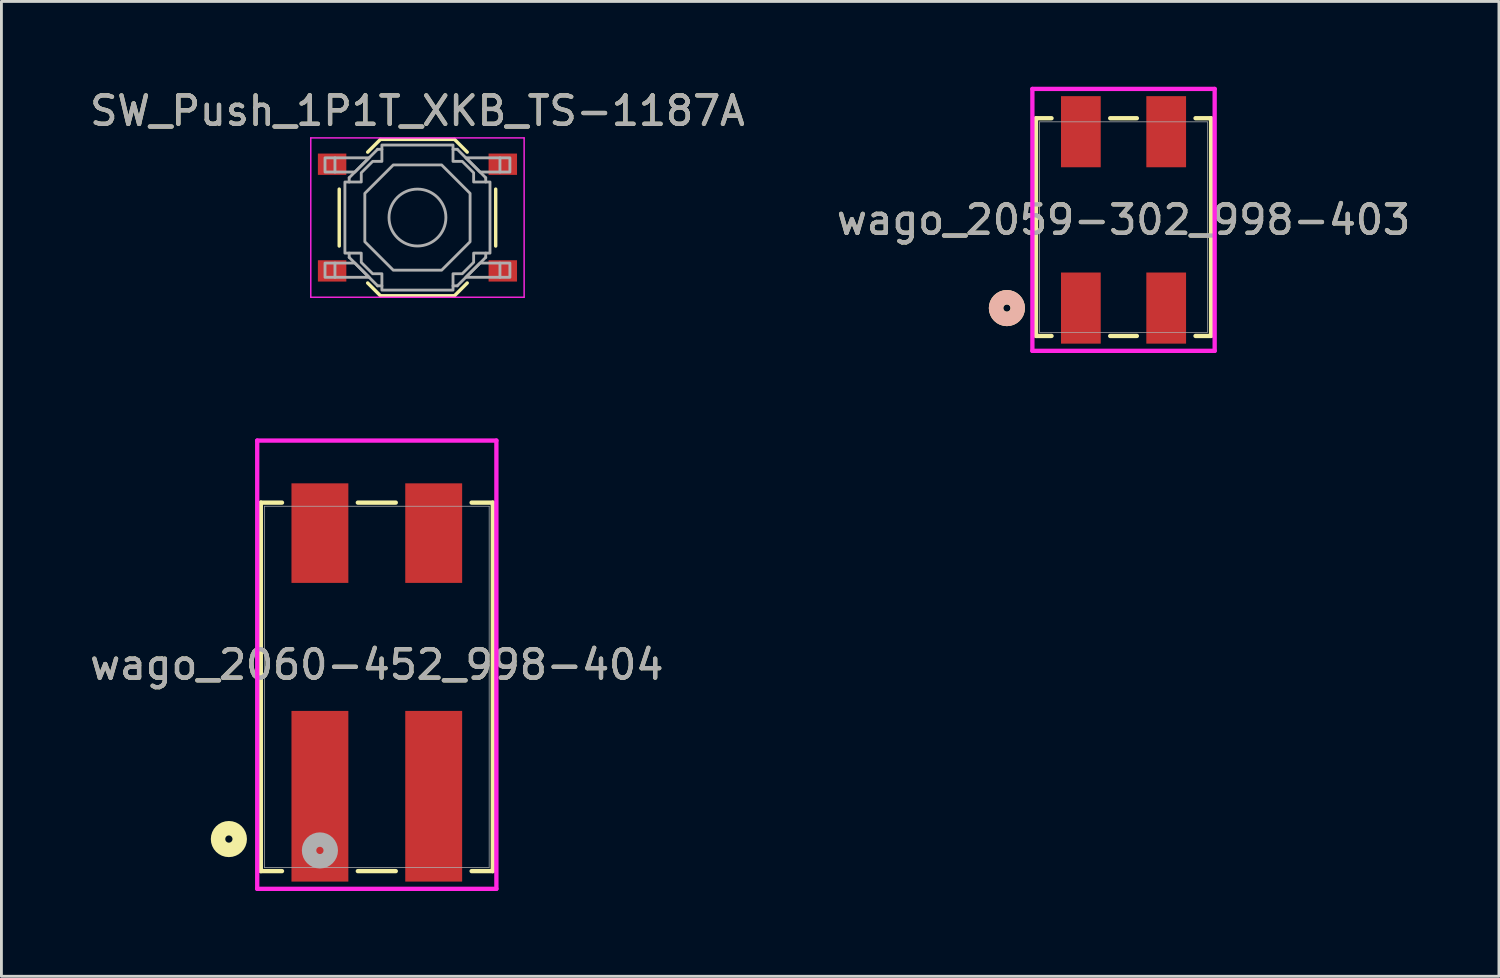
<source format=kicad_pcb>
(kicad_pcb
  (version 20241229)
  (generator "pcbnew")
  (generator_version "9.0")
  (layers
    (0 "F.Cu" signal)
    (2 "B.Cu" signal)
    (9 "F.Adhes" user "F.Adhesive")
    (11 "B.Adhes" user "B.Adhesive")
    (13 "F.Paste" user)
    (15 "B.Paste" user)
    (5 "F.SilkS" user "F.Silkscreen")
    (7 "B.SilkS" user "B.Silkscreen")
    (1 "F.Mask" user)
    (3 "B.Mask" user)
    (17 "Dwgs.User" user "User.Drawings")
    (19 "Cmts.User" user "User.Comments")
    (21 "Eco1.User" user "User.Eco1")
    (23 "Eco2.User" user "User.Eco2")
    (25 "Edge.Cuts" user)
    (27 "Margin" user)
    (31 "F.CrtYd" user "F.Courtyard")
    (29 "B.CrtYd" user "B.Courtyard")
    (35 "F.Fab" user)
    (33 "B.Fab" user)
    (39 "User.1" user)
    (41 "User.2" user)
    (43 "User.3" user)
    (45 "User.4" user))
  (footprint "SW_Push_1P1T_XKB_TS-1187A"
    (layer "F.Cu")
    (at 11.625 4.598)
    (property "Reference" "SW_Push_1P1T_XKB_TS-1187A" (at 0 -3.75 0) (layer "F.SilkS") (effects (font (size 1 1) (thickness 0.15))))
    (attr smd)
    (fp_line (start -2.75 -1) (end -2.75 1) (stroke (width 0.12) (type solid)) (layer "F.SilkS"))
    (fp_line (start -1.75 -2.3) (end -1.3 -2.75) (stroke (width 0.12) (type solid)) (layer "F.SilkS"))
    (fp_line (start -1.75 2.3) (end -1.3 2.75) (stroke (width 0.12) (type solid)) (layer "F.SilkS"))
    (fp_line (start -1.3 -2.75) (end 1.3 -2.75) (stroke (width 0.12) (type solid)) (layer "F.SilkS"))
    (fp_line (start -1.3 2.75) (end 1.3 2.75) (stroke (width 0.12) (type solid)) (layer "F.SilkS"))
    (fp_line (start 1.75 -2.3) (end 1.3 -2.75) (stroke (width 0.12) (type solid)) (layer "F.SilkS"))
    (fp_line (start 1.75 2.3) (end 1.3 2.75) (stroke (width 0.12) (type solid)) (layer "F.SilkS"))
    (fp_line (start 2.75 -1) (end 2.75 1) (stroke (width 0.12) (type solid)) (layer "F.SilkS"))
    (fp_line (start -3.75 -2.8) (end 3.75 -2.8) (stroke (width 0.05) (type solid)) (layer "F.CrtYd"))
    (fp_line (start -3.75 2.8) (end -3.75 -2.8) (stroke (width 0.05) (type solid)) (layer "F.CrtYd"))
    (fp_line (start 3.75 -2.8) (end 3.75 2.8) (stroke (width 0.05) (type solid)) (layer "F.CrtYd"))
    (fp_line (start 3.75 2.8) (end -3.75 2.8) (stroke (width 0.05) (type solid)) (layer "F.CrtYd"))
    (fp_line (start -2.9 -2.1) (end -2.9 -1.6) (stroke (width 0.1) (type solid)) (layer "F.Fab"))
    (fp_line (start -2.9 2.1) (end -2.9 1.6) (stroke (width 0.1) (type solid)) (layer "F.Fab"))
    (fp_line (start -2.4 -1.4) (end -1.4 -2.4) (stroke (width 0.1) (type solid)) (layer "F.Fab"))
    (fp_line (start -2.4 -1.25) (end -2.4 -1.4) (stroke (width 0.1) (type solid)) (layer "F.Fab"))
    (fp_line (start -2.4 1.4) (end -2.4 1.25) (stroke (width 0.1) (type solid)) (layer "F.Fab"))
    (fp_line (start -1.4 -2.4) (end -1.25 -2.4) (stroke (width 0.1) (type solid)) (layer "F.Fab"))
    (fp_line (start -1.4 2.4) (end -2.4 1.4) (stroke (width 0.1) (type solid)) (layer "F.Fab"))
    (fp_line (start -1.25 2.4) (end -1.4 2.4) (stroke (width 0.1) (type solid)) (layer "F.Fab"))
    (fp_line (start 1.25 -2.4) (end 1.4 -2.4) (stroke (width 0.1) (type solid)) (layer "F.Fab"))
    (fp_line (start 1.4 -2.4) (end 2.4 -1.4) (stroke (width 0.1) (type solid)) (layer "F.Fab"))
    (fp_line (start 1.4 2.4) (end 1.25 2.4) (stroke (width 0.1) (type solid)) (layer "F.Fab"))
    (fp_line (start 2.4 -1.4) (end 2.4 -1.25) (stroke (width 0.1) (type solid)) (layer "F.Fab"))
    (fp_line (start 2.4 1.25) (end 2.4 1.4) (stroke (width 0.1) (type solid)) (layer "F.Fab"))
    (fp_line (start 2.4 1.4) (end 1.4 2.4) (stroke (width 0.1) (type solid)) (layer "F.Fab"))
    (fp_line (start 2.9 -2.1) (end 2.9 -1.6) (stroke (width 0.1) (type solid)) (layer "F.Fab"))
    (fp_line (start 2.9 2.1) (end 2.9 1.6) (stroke (width 0.1) (type solid)) (layer "F.Fab"))
    (fp_circle (center 0 0) (end 1 0) (stroke (width 0.1) (type solid)) (fill no) (layer "F.Fab"))
    (fp_poly (pts (xy -1.7 -2.1) (xy -2.2 -1.6) (xy -3.25 -1.6) (xy -3.25 -2.1)) (stroke (width 0.1) (type solid)) (fill no) (layer "F.Fab"))
    (fp_poly (pts (xy -1.7 2.1) (xy -2.2 1.6) (xy -3.25 1.6) (xy -3.25 2.1)) (stroke (width 0.1) (type solid)) (fill no) (layer "F.Fab"))
    (fp_poly (pts (xy 1.7 -2.1) (xy 2.2 -1.6) (xy 3.25 -1.6) (xy 3.25 -2.1)) (stroke (width 0.1) (type solid)) (fill no) (layer "F.Fab"))
    (fp_poly (pts (xy 1.7 2.1) (xy 2.2 1.6) (xy 3.25 1.6) (xy 3.25 2.1)) (stroke (width 0.1) (type solid)) (fill no) (layer "F.Fab"))
    (fp_poly (pts (xy 0.85 -1.85) (xy 1.85 -0.85) (xy 1.85 0.85) (xy 0.85 1.85) (xy -0.85 1.85) (xy -1.85 0.85) (xy -1.85 -0.85) (xy -0.85 -1.85)) (stroke (width 0.1) (type solid)) (fill no) (layer "F.Fab"))
    (fp_poly (pts (xy -1.25 -2.55) (xy 1.25 -2.55) (xy 1.25 -1.975) (xy 1.575 -1.975) (xy 1.975 -1.575) (xy 1.975 -1.25) (xy 2.55 -1.25) (xy 2.55 1.25) (xy 1.975 1.25) (xy 1.975 1.575) (xy 1.575 1.975) (xy 1.25 1.975) (xy 1.25 2.55) (xy -1.25 2.55) (xy -1.25 1.975) (xy -1.575 1.975) (xy -1.975 1.575) (xy -1.975 1.25) (xy -2.55 1.25) (xy -2.55 -1.25) (xy -1.975 -1.25) (xy -1.975 -1.575) (xy -1.575 -1.975) (xy -1.25 -1.975)) (stroke (width 0.1) (type solid)) (fill no) (layer "F.Fab"))
    (fp_text user "${REFERENCE}" (at 0 -3.75 0) (layer "F.Fab") (effects (font (size 1 1) (thickness 0.15))))
    (pad "1" smd rect (at -3 -1.875) (size 1 0.75) (layers "F.Cu" "F.Mask" "F.Paste"))
    (pad "1" smd rect (at 3 -1.875) (size 1 0.75) (layers "F.Cu" "F.Mask" "F.Paste"))
    (pad "2" smd rect (at -3 1.875) (size 1 0.75) (layers "F.Cu" "F.Mask" "F.Paste"))
    (pad "2" smd rect (at 3 1.875) (size 1 0.75) (layers "F.Cu" "F.Mask" "F.Paste")))
  (footprint "wago_2060-452_998-404"
    (layer "F.Cu")
    (at 10.196 21.096)
    (property "Reference" "wago_2060-452_998-404" (at 0 -0.78 0) (unlocked yes) (layer "F.SilkS") (effects (font (size 1 1) (thickness 0.15))))
    (attr smd)
    (fp_line (start -4.077 -6.477) (end -4.077 6.477) (stroke (width 0.152) (type solid)) (layer "F.SilkS"))
    (fp_line (start -4.077 6.477) (end -3.333 6.477) (stroke (width 0.152) (type solid)) (layer "F.SilkS"))
    (fp_line (start -3.333 -6.477) (end -4.077 -6.477) (stroke (width 0.152) (type solid)) (layer "F.SilkS"))
    (fp_line (start -0.667 6.477) (end 0.667 6.477) (stroke (width 0.152) (type solid)) (layer "F.SilkS"))
    (fp_line (start 0.667 -6.477) (end -0.667 -6.477) (stroke (width 0.152) (type solid)) (layer "F.SilkS"))
    (fp_line (start 3.333 6.477) (end 4.077 6.477) (stroke (width 0.152) (type solid)) (layer "F.SilkS"))
    (fp_line (start 4.077 -6.477) (end 3.333 -6.477) (stroke (width 0.152) (type solid)) (layer "F.SilkS"))
    (fp_line (start 4.077 6.477) (end 4.077 -6.477) (stroke (width 0.152) (type solid)) (layer "F.SilkS"))
    (fp_circle (center -5.2 5.35) (end -4.819 5.35) (stroke (width 0.508) (type solid)) (fill no) (layer "F.SilkS"))
    (fp_poly (pts (xy -2 -5.494) (xy -1.949 -5.494) (xy -1.949 -5.405) (xy -2 -5.405)) (stroke (width 0) (type solid)) (fill yes) (layer "F.Paste"))
    (fp_poly (pts (xy -2 3.756) (xy -1.949 3.756) (xy -1.949 3.845) (xy -2 3.845)) (stroke (width 0) (type solid)) (fill yes) (layer "F.Paste"))
    (fp_poly (pts (xy 2 -5.494) (xy 2.051 -5.494) (xy 2.051 -5.405) (xy 2 -5.405)) (stroke (width 0) (type solid)) (fill yes) (layer "F.Paste"))
    (fp_poly (pts (xy 2 3.756) (xy 2.051 3.756) (xy 2.051 3.845) (xy 2 3.845)) (stroke (width 0) (type solid)) (fill yes) (layer "F.Paste"))
    (fp_line (start -4.204 -8.659) (end -4.204 7.099) (stroke (width 0.152) (type solid)) (layer "F.CrtYd"))
    (fp_line (start -4.204 7.099) (end 4.204 7.099) (stroke (width 0.152) (type solid)) (layer "F.CrtYd"))
    (fp_line (start 4.204 -8.659) (end -4.204 -8.659) (stroke (width 0.152) (type solid)) (layer "F.CrtYd"))
    (fp_line (start 4.204 7.099) (end 4.204 -8.659) (stroke (width 0.152) (type solid)) (layer "F.CrtYd"))
    (fp_line (start -3.95 -6.35) (end -3.95 6.35) (stroke (width 0.025) (type solid)) (layer "F.Fab"))
    (fp_line (start -3.95 6.35) (end 3.95 6.35) (stroke (width 0.025) (type solid)) (layer "F.Fab"))
    (fp_line (start 3.95 -6.35) (end -3.95 -6.35) (stroke (width 0.025) (type solid)) (layer "F.Fab"))
    (fp_line (start 3.95 6.35) (end 3.95 -6.35) (stroke (width 0.025) (type solid)) (layer "F.Fab"))
    (fp_circle (center -2 5.75) (end -1.619 5.75) (stroke (width 0.508) (type solid)) (fill no) (layer "F.Fab"))
    (fp_text user "${REFERENCE}" (at 0 -0.78 0) (unlocked yes) (layer "F.Fab") (effects (font (size 1 1) (thickness 0.15))))
    (pad "1" smd rect (at -2 3.845) (size 2 6) (layers "F.Cu" "F.Mask"))
    (pad "2" smd rect (at -2 -5.405) (size 2 3.5) (layers "F.Cu" "F.Mask"))
    (pad "3" smd rect (at 2 3.845) (size 2 6) (layers "F.Cu" "F.Mask"))
    (pad "4" smd rect (at 2 -5.405) (size 2 3.5) (layers "F.Cu" "F.Mask")))
  (footprint "wago_2059-302_998-403"
    (layer "F.Cu")
    (at 36.446 4.933)
    (property "Reference" "wago_2059-302_998-403" (at 0 -0.253 0) (unlocked yes) (layer "F.SilkS") (effects (font (size 1 1) (thickness 0.15))))
    (attr smd)
    (fp_line (start -3.077 -3.827) (end -3.077 3.827) (stroke (width 0.152) (type solid)) (layer "F.SilkS"))
    (fp_line (start -3.077 3.827) (end -2.531 3.827) (stroke (width 0.152) (type solid)) (layer "F.SilkS"))
    (fp_line (start -2.531 -3.827) (end -3.077 -3.827) (stroke (width 0.152) (type solid)) (layer "F.SilkS"))
    (fp_line (start -0.469 3.827) (end 0.469 3.827) (stroke (width 0.152) (type solid)) (layer "F.SilkS"))
    (fp_line (start 0.469 -3.827) (end -0.469 -3.827) (stroke (width 0.152) (type solid)) (layer "F.SilkS"))
    (fp_line (start 2.531 3.827) (end 3.077 3.827) (stroke (width 0.152) (type solid)) (layer "F.SilkS"))
    (fp_line (start 3.077 -3.827) (end 2.531 -3.827) (stroke (width 0.152) (type solid)) (layer "F.SilkS"))
    (fp_line (start 3.077 3.827) (end 3.077 -3.827) (stroke (width 0.152) (type solid)) (layer "F.SilkS"))
    (fp_circle (center -4.1 2.847) (end -3.719 2.847) (stroke (width 0.508) (type solid)) (fill no) (layer "F.SilkS"))
    (fp_circle (center -4.1 2.847) (end -3.719 2.847) (stroke (width 0.508) (type solid)) (fill no) (layer "B.SilkS"))
    (fp_line (start -3.204 -4.857) (end -3.204 4.351) (stroke (width 0.152) (type solid)) (layer "F.CrtYd"))
    (fp_line (start -3.204 4.351) (end 3.204 4.351) (stroke (width 0.152) (type solid)) (layer "F.CrtYd"))
    (fp_line (start 3.204 -4.857) (end -3.204 -4.857) (stroke (width 0.152) (type solid)) (layer "F.CrtYd"))
    (fp_line (start 3.204 4.351) (end 3.204 -4.857) (stroke (width 0.152) (type solid)) (layer "F.CrtYd"))
    (fp_line (start -2.95 -3.7) (end -2.95 3.7) (stroke (width 0.025) (type solid)) (layer "F.Fab"))
    (fp_line (start -2.95 3.7) (end 2.95 3.7) (stroke (width 0.025) (type solid)) (layer "F.Fab"))
    (fp_line (start 2.95 -3.7) (end -2.95 -3.7) (stroke (width 0.025) (type solid)) (layer "F.Fab"))
    (fp_line (start 2.95 3.7) (end 2.95 -3.7) (stroke (width 0.025) (type solid)) (layer "F.Fab"))
    (fp_text user "${REFERENCE}" (at 0 -0.253 0) (unlocked yes) (layer "F.Fab") (effects (font (size 1 1) (thickness 0.15))))
    (pad "1" smd rect (at -1.5 2.847) (size 1.397 2.5) (layers "F.Cu" "F.Mask" "F.Paste"))
    (pad "2" smd rect (at -1.5 -3.353) (size 1.397 2.5) (layers "F.Cu" "F.Mask" "F.Paste"))
    (pad "3" smd rect (at 1.5 2.847) (size 1.397 2.5) (layers "F.Cu" "F.Mask" "F.Paste"))
    (pad "4" smd rect (at 1.5 -3.353) (size 1.397 2.5) (layers "F.Cu" "F.Mask" "F.Paste")))
  (gr_rect
    (start -3 -3)
    (end 49.643 31.271)
    (stroke (width 0.1) (type default))
    (fill no)
    (layer "Edge.Cuts")))
</source>
